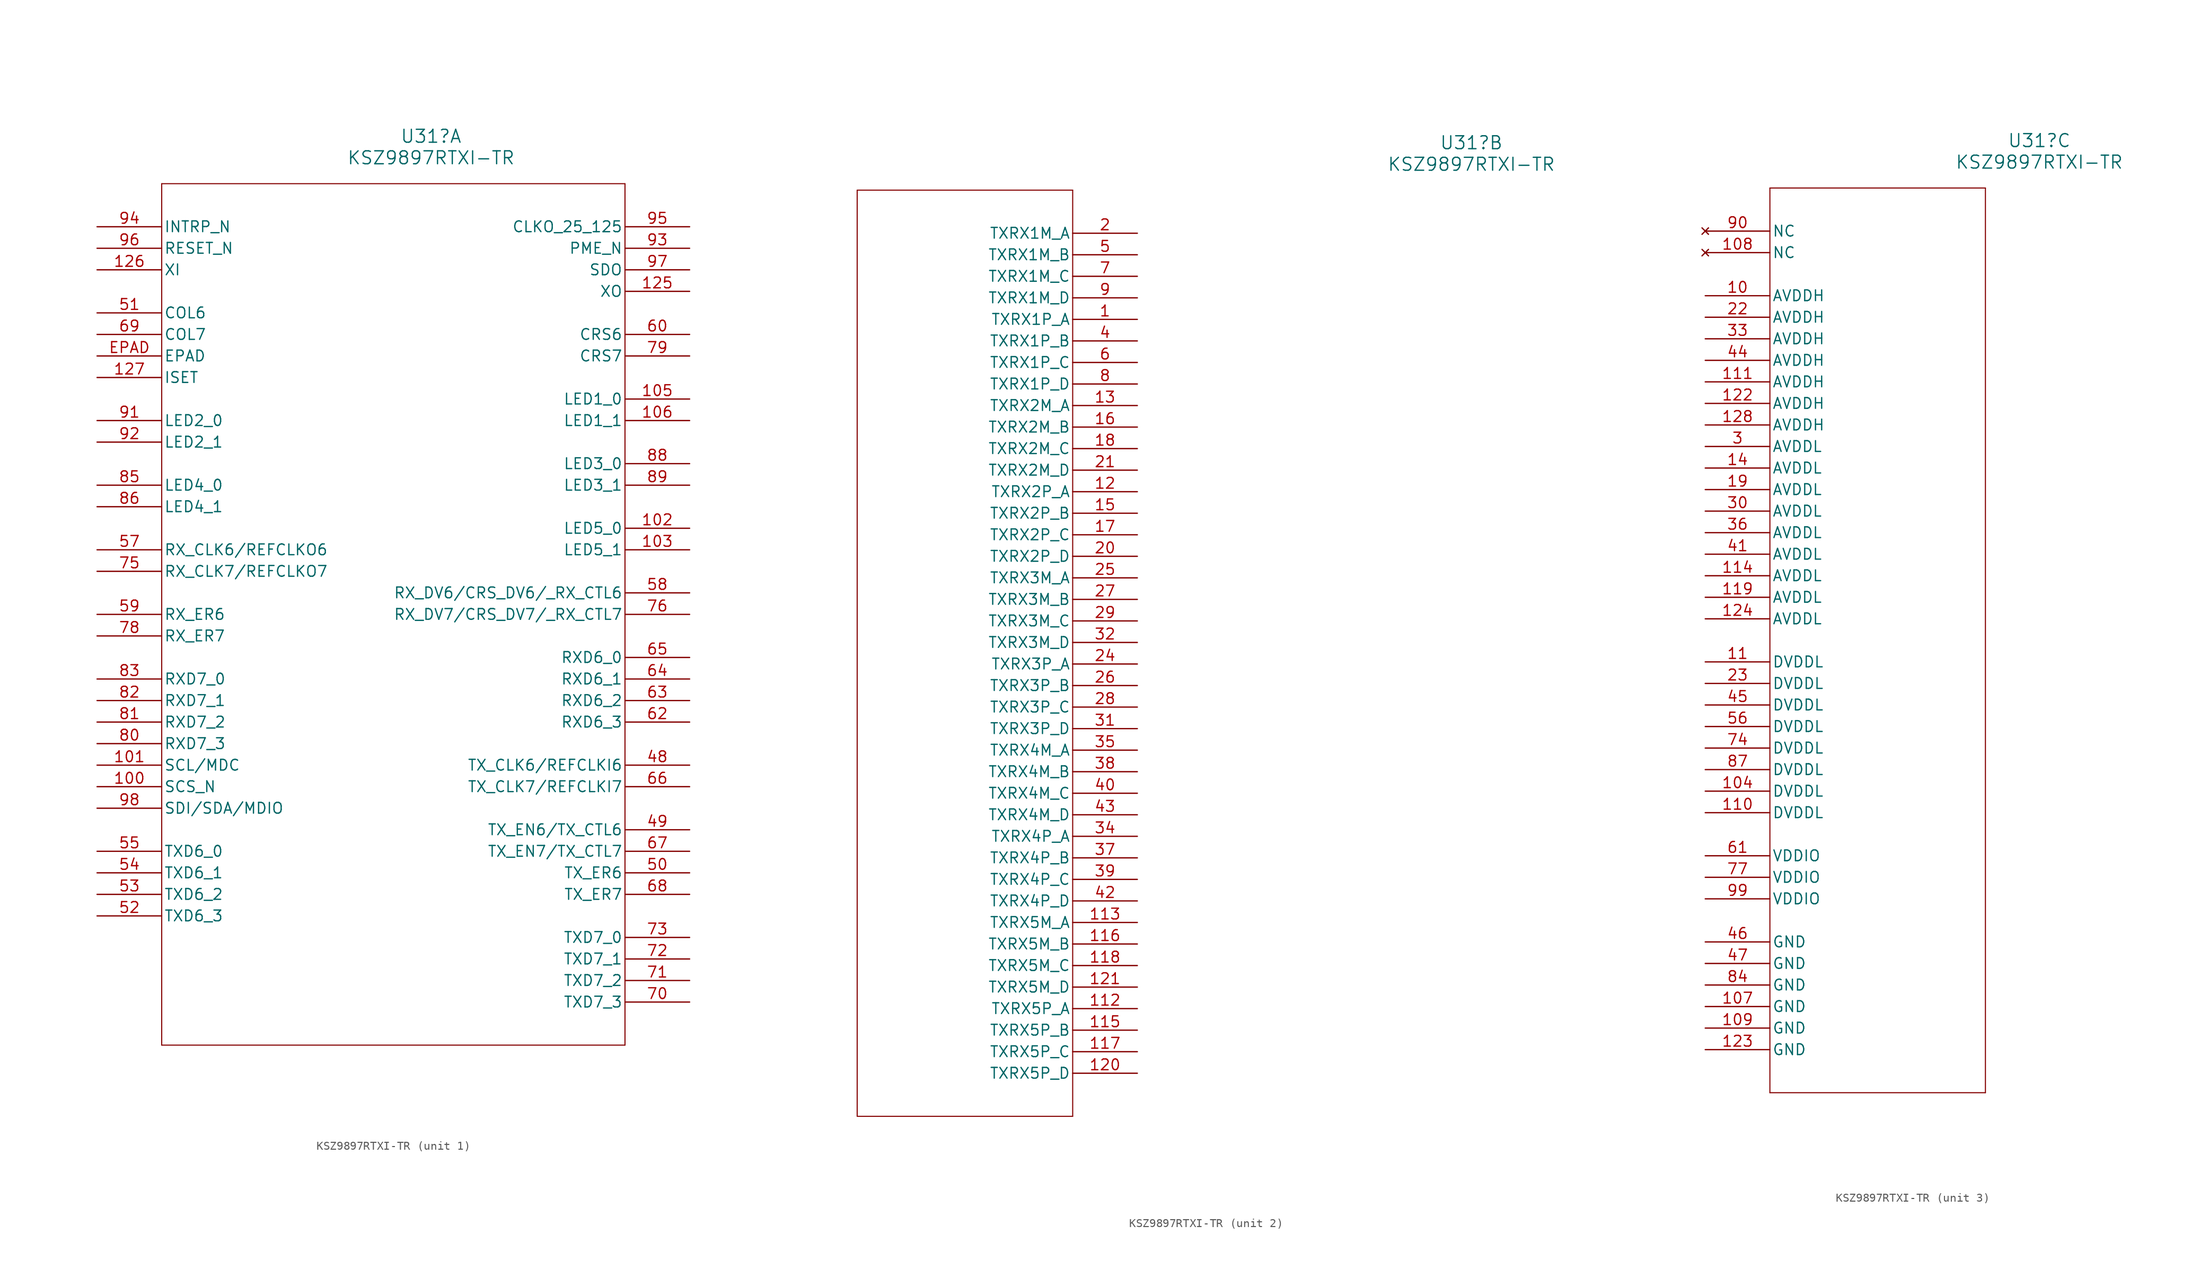
<source format=kicad_sym>
(kicad_symbol_lib
  (version 20231120)
  (generator "kicad_symbol_editor")
  (generator_version "8.0")
  (symbol "KSZ9897RTXI-TR"
    (pin_names
      (offset 0.254))
    (property "Reference" "U31"
      (at 39.37 10.668 0)
      (effects (font (size 1.524 1.524))))
    (property "Value" "KSZ9897RTXI-TR"
      (at 39.37 8.128 0)
      (effects (font (size 1.524 1.524))))
    (property "ki_locked" ""
      (at 0 0 0)
      (effects (font (size 1.27 1.27))))
    (symbol "KSZ9897RTXI-TR_1_1"
      (polyline (pts (xy 7.62 -96.52) (xy 62.23 -96.52)) (stroke (width 0.127) (type default)) (fill (type none)))
      (polyline (pts (xy 7.62 5.08) (xy 7.62 -96.52)) (stroke (width 0.127) (type default)) (fill (type none)))
      (polyline (pts (xy 62.23 -96.52) (xy 62.23 5.08)) (stroke (width 0.127) (type default)) (fill (type none)))
      (polyline (pts (xy 62.23 5.08) (xy 7.62 5.08)) (stroke (width 0.127) (type default)) (fill (type none)))
      (pin unspecified line (at 0 -66.04 0) (length 7.62) (name "SCS_N" (effects (font (size 1.27 1.27)))) (number "100" (effects (font (size 1.27 1.27)))))
      (pin unspecified line (at 0 -63.5 0) (length 7.62) (name "SCL/MDC" (effects (font (size 1.27 1.27)))) (number "101" (effects (font (size 1.27 1.27)))))
      (pin bidirectional line (at 69.85 -35.56 180) (length 7.62) (name "LED5_0" (effects (font (size 1.27 1.27)))) (number "102" (effects (font (size 1.27 1.27)))))
      (pin bidirectional line (at 69.85 -38.1 180) (length 7.62) (name "LED5_1" (effects (font (size 1.27 1.27)))) (number "103" (effects (font (size 1.27 1.27)))))
      (pin bidirectional line (at 69.85 -20.32 180) (length 7.62) (name "LED1_0" (effects (font (size 1.27 1.27)))) (number "105" (effects (font (size 1.27 1.27)))))
      (pin bidirectional line (at 69.85 -22.86 180) (length 7.62) (name "LED1_1" (effects (font (size 1.27 1.27)))) (number "106" (effects (font (size 1.27 1.27)))))
      (pin output line (at 69.85 -7.62 180) (length 7.62) (name "XO" (effects (font (size 1.27 1.27)))) (number "125" (effects (font (size 1.27 1.27)))))
      (pin input line (at 0 -5.08 0) (length 7.62) (name "XI" (effects (font (size 1.27 1.27)))) (number "126" (effects (font (size 1.27 1.27)))))
      (pin unspecified line (at 0 -17.78 0) (length 7.62) (name "ISET" (effects (font (size 1.27 1.27)))) (number "127" (effects (font (size 1.27 1.27)))))
      (pin bidirectional line (at 69.85 -63.5 180) (length 7.62) (name "TX_CLK6/REFCLKI6" (effects (font (size 1.27 1.27)))) (number "48" (effects (font (size 1.27 1.27)))))
      (pin bidirectional line (at 69.85 -71.12 180) (length 7.62) (name "TX_EN6/TX_CTL6" (effects (font (size 1.27 1.27)))) (number "49" (effects (font (size 1.27 1.27)))))
      (pin bidirectional line (at 69.85 -76.2 180) (length 7.62) (name "TX_ER6" (effects (font (size 1.27 1.27)))) (number "50" (effects (font (size 1.27 1.27)))))
      (pin bidirectional line (at 0 -10.16 0) (length 7.62) (name "COL6" (effects (font (size 1.27 1.27)))) (number "51" (effects (font (size 1.27 1.27)))))
      (pin bidirectional line (at 0 -81.28 0) (length 7.62) (name "TXD6_3" (effects (font (size 1.27 1.27)))) (number "52" (effects (font (size 1.27 1.27)))))
      (pin bidirectional line (at 0 -78.74 0) (length 7.62) (name "TXD6_2" (effects (font (size 1.27 1.27)))) (number "53" (effects (font (size 1.27 1.27)))))
      (pin bidirectional line (at 0 -76.2 0) (length 7.62) (name "TXD6_1" (effects (font (size 1.27 1.27)))) (number "54" (effects (font (size 1.27 1.27)))))
      (pin bidirectional line (at 0 -73.66 0) (length 7.62) (name "TXD6_0" (effects (font (size 1.27 1.27)))) (number "55" (effects (font (size 1.27 1.27)))))
      (pin bidirectional line (at 0 -38.1 0) (length 7.62) (name "RX_CLK6/REFCLKO6" (effects (font (size 1.27 1.27)))) (number "57" (effects (font (size 1.27 1.27)))))
      (pin bidirectional line (at 69.85 -43.18 180) (length 7.62) (name "RX_DV6/CRS_DV6/_RX_CTL6" (effects (font (size 1.27 1.27)))) (number "58" (effects (font (size 1.27 1.27)))))
      (pin bidirectional line (at 0 -45.72 0) (length 7.62) (name "RX_ER6" (effects (font (size 1.27 1.27)))) (number "59" (effects (font (size 1.27 1.27)))))
      (pin bidirectional line (at 69.85 -12.7 180) (length 7.62) (name "CRS6" (effects (font (size 1.27 1.27)))) (number "60" (effects (font (size 1.27 1.27)))))
      (pin bidirectional line (at 69.85 -58.42 180) (length 7.62) (name "RXD6_3" (effects (font (size 1.27 1.27)))) (number "62" (effects (font (size 1.27 1.27)))))
      (pin bidirectional line (at 69.85 -55.88 180) (length 7.62) (name "RXD6_2" (effects (font (size 1.27 1.27)))) (number "63" (effects (font (size 1.27 1.27)))))
      (pin bidirectional line (at 69.85 -53.34 180) (length 7.62) (name "RXD6_1" (effects (font (size 1.27 1.27)))) (number "64" (effects (font (size 1.27 1.27)))))
      (pin bidirectional line (at 69.85 -50.8 180) (length 7.62) (name "RXD6_0" (effects (font (size 1.27 1.27)))) (number "65" (effects (font (size 1.27 1.27)))))
      (pin bidirectional line (at 69.85 -66.04 180) (length 7.62) (name "TX_CLK7/REFCLKI7" (effects (font (size 1.27 1.27)))) (number "66" (effects (font (size 1.27 1.27)))))
      (pin bidirectional line (at 69.85 -73.66 180) (length 7.62) (name "TX_EN7/TX_CTL7" (effects (font (size 1.27 1.27)))) (number "67" (effects (font (size 1.27 1.27)))))
      (pin bidirectional line (at 69.85 -78.74 180) (length 7.62) (name "TX_ER7" (effects (font (size 1.27 1.27)))) (number "68" (effects (font (size 1.27 1.27)))))
      (pin bidirectional line (at 0 -12.7 0) (length 7.62) (name "COL7" (effects (font (size 1.27 1.27)))) (number "69" (effects (font (size 1.27 1.27)))))
      (pin bidirectional line (at 69.85 -91.44 180) (length 7.62) (name "TXD7_3" (effects (font (size 1.27 1.27)))) (number "70" (effects (font (size 1.27 1.27)))))
      (pin bidirectional line (at 69.85 -88.9 180) (length 7.62) (name "TXD7_2" (effects (font (size 1.27 1.27)))) (number "71" (effects (font (size 1.27 1.27)))))
      (pin bidirectional line (at 69.85 -86.36 180) (length 7.62) (name "TXD7_1" (effects (font (size 1.27 1.27)))) (number "72" (effects (font (size 1.27 1.27)))))
      (pin bidirectional line (at 69.85 -83.82 180) (length 7.62) (name "TXD7_0" (effects (font (size 1.27 1.27)))) (number "73" (effects (font (size 1.27 1.27)))))
      (pin bidirectional line (at 0 -40.64 0) (length 7.62) (name "RX_CLK7/REFCLKO7" (effects (font (size 1.27 1.27)))) (number "75" (effects (font (size 1.27 1.27)))))
      (pin bidirectional line (at 69.85 -45.72 180) (length 7.62) (name "RX_DV7/CRS_DV7/_RX_CTL7" (effects (font (size 1.27 1.27)))) (number "76" (effects (font (size 1.27 1.27)))))
      (pin bidirectional line (at 0 -48.26 0) (length 7.62) (name "RX_ER7" (effects (font (size 1.27 1.27)))) (number "78" (effects (font (size 1.27 1.27)))))
      (pin bidirectional line (at 69.85 -15.24 180) (length 7.62) (name "CRS7" (effects (font (size 1.27 1.27)))) (number "79" (effects (font (size 1.27 1.27)))))
      (pin bidirectional line (at 0 -60.96 0) (length 7.62) (name "RXD7_3" (effects (font (size 1.27 1.27)))) (number "80" (effects (font (size 1.27 1.27)))))
      (pin bidirectional line (at 0 -58.42 0) (length 7.62) (name "RXD7_2" (effects (font (size 1.27 1.27)))) (number "81" (effects (font (size 1.27 1.27)))))
      (pin bidirectional line (at 0 -55.88 0) (length 7.62) (name "RXD7_1" (effects (font (size 1.27 1.27)))) (number "82" (effects (font (size 1.27 1.27)))))
      (pin bidirectional line (at 0 -53.34 0) (length 7.62) (name "RXD7_0" (effects (font (size 1.27 1.27)))) (number "83" (effects (font (size 1.27 1.27)))))
      (pin bidirectional line (at 0 -30.48 0) (length 7.62) (name "LED4_0" (effects (font (size 1.27 1.27)))) (number "85" (effects (font (size 1.27 1.27)))))
      (pin bidirectional line (at 0 -33.02 0) (length 7.62) (name "LED4_1" (effects (font (size 1.27 1.27)))) (number "86" (effects (font (size 1.27 1.27)))))
      (pin bidirectional line (at 69.85 -27.94 180) (length 7.62) (name "LED3_0" (effects (font (size 1.27 1.27)))) (number "88" (effects (font (size 1.27 1.27)))))
      (pin bidirectional line (at 69.85 -30.48 180) (length 7.62) (name "LED3_1" (effects (font (size 1.27 1.27)))) (number "89" (effects (font (size 1.27 1.27)))))
      (pin bidirectional line (at 0 -22.86 0) (length 7.62) (name "LED2_0" (effects (font (size 1.27 1.27)))) (number "91" (effects (font (size 1.27 1.27)))))
      (pin bidirectional line (at 0 -25.4 0) (length 7.62) (name "LED2_1" (effects (font (size 1.27 1.27)))) (number "92" (effects (font (size 1.27 1.27)))))
      (pin output line (at 69.85 -2.54 180) (length 7.62) (name "PME_N" (effects (font (size 1.27 1.27)))) (number "93" (effects (font (size 1.27 1.27)))))
      (pin output line (at 0 0 0) (length 7.62) (name "INTRP_N" (effects (font (size 1.27 1.27)))) (number "94" (effects (font (size 1.27 1.27)))))
      (pin output line (at 69.85 0 180) (length 7.62) (name "CLKO_25_125" (effects (font (size 1.27 1.27)))) (number "95" (effects (font (size 1.27 1.27)))))
      (pin input line (at 0 -2.54 0) (length 7.62) (name "RESET_N" (effects (font (size 1.27 1.27)))) (number "96" (effects (font (size 1.27 1.27)))))
      (pin output line (at 69.85 -5.08 180) (length 7.62) (name "SDO" (effects (font (size 1.27 1.27)))) (number "97" (effects (font (size 1.27 1.27)))))
      (pin unspecified line (at 0 -68.58 0) (length 7.62) (name "SDI/SDA/MDIO" (effects (font (size 1.27 1.27)))) (number "98" (effects (font (size 1.27 1.27)))))
      (pin unspecified line (at 0 -15.24 0) (length 7.62) (name "EPAD" (effects (font (size 1.27 1.27)))) (number "EPAD" (effects (font (size 1.27 1.27))))))
    (symbol "KSZ9897RTXI-TR_2_1"
      (polyline (pts (xy -33.02 -104.14) (xy -7.62 -104.14)) (stroke (width 0.127) (type default)) (fill (type none)))
      (polyline (pts (xy -33.02 5.08) (xy -33.02 -104.14)) (stroke (width 0.127) (type default)) (fill (type none)))
      (polyline (pts (xy -7.62 -104.14) (xy -7.62 5.08)) (stroke (width 0.127) (type default)) (fill (type none)))
      (polyline (pts (xy -7.62 5.08) (xy -33.02 5.08)) (stroke (width 0.127) (type default)) (fill (type none)))
      (pin bidirectional line (at 0 -10.16 180) (length 7.62) (name "TXRX1P_A" (effects (font (size 1.27 1.27)))) (number "1" (effects (font (size 1.27 1.27)))))
      (pin bidirectional line (at 0 -91.44 180) (length 7.62) (name "TXRX5P_A" (effects (font (size 1.27 1.27)))) (number "112" (effects (font (size 1.27 1.27)))))
      (pin bidirectional line (at 0 -81.28 180) (length 7.62) (name "TXRX5M_A" (effects (font (size 1.27 1.27)))) (number "113" (effects (font (size 1.27 1.27)))))
      (pin bidirectional line (at 0 -93.98 180) (length 7.62) (name "TXRX5P_B" (effects (font (size 1.27 1.27)))) (number "115" (effects (font (size 1.27 1.27)))))
      (pin bidirectional line (at 0 -83.82 180) (length 7.62) (name "TXRX5M_B" (effects (font (size 1.27 1.27)))) (number "116" (effects (font (size 1.27 1.27)))))
      (pin bidirectional line (at 0 -96.52 180) (length 7.62) (name "TXRX5P_C" (effects (font (size 1.27 1.27)))) (number "117" (effects (font (size 1.27 1.27)))))
      (pin bidirectional line (at 0 -86.36 180) (length 7.62) (name "TXRX5M_C" (effects (font (size 1.27 1.27)))) (number "118" (effects (font (size 1.27 1.27)))))
      (pin bidirectional line (at 0 -30.48 180) (length 7.62) (name "TXRX2P_A" (effects (font (size 1.27 1.27)))) (number "12" (effects (font (size 1.27 1.27)))))
      (pin bidirectional line (at 0 -99.06 180) (length 7.62) (name "TXRX5P_D" (effects (font (size 1.27 1.27)))) (number "120" (effects (font (size 1.27 1.27)))))
      (pin bidirectional line (at 0 -88.9 180) (length 7.62) (name "TXRX5M_D" (effects (font (size 1.27 1.27)))) (number "121" (effects (font (size 1.27 1.27)))))
      (pin bidirectional line (at 0 -20.32 180) (length 7.62) (name "TXRX2M_A" (effects (font (size 1.27 1.27)))) (number "13" (effects (font (size 1.27 1.27)))))
      (pin bidirectional line (at 0 -33.02 180) (length 7.62) (name "TXRX2P_B" (effects (font (size 1.27 1.27)))) (number "15" (effects (font (size 1.27 1.27)))))
      (pin bidirectional line (at 0 -22.86 180) (length 7.62) (name "TXRX2M_B" (effects (font (size 1.27 1.27)))) (number "16" (effects (font (size 1.27 1.27)))))
      (pin bidirectional line (at 0 -35.56 180) (length 7.62) (name "TXRX2P_C" (effects (font (size 1.27 1.27)))) (number "17" (effects (font (size 1.27 1.27)))))
      (pin bidirectional line (at 0 -25.4 180) (length 7.62) (name "TXRX2M_C" (effects (font (size 1.27 1.27)))) (number "18" (effects (font (size 1.27 1.27)))))
      (pin bidirectional line (at 0 0 180) (length 7.62) (name "TXRX1M_A" (effects (font (size 1.27 1.27)))) (number "2" (effects (font (size 1.27 1.27)))))
      (pin bidirectional line (at 0 -38.1 180) (length 7.62) (name "TXRX2P_D" (effects (font (size 1.27 1.27)))) (number "20" (effects (font (size 1.27 1.27)))))
      (pin bidirectional line (at 0 -27.94 180) (length 7.62) (name "TXRX2M_D" (effects (font (size 1.27 1.27)))) (number "21" (effects (font (size 1.27 1.27)))))
      (pin bidirectional line (at 0 -50.8 180) (length 7.62) (name "TXRX3P_A" (effects (font (size 1.27 1.27)))) (number "24" (effects (font (size 1.27 1.27)))))
      (pin bidirectional line (at 0 -40.64 180) (length 7.62) (name "TXRX3M_A" (effects (font (size 1.27 1.27)))) (number "25" (effects (font (size 1.27 1.27)))))
      (pin bidirectional line (at 0 -53.34 180) (length 7.62) (name "TXRX3P_B" (effects (font (size 1.27 1.27)))) (number "26" (effects (font (size 1.27 1.27)))))
      (pin bidirectional line (at 0 -43.18 180) (length 7.62) (name "TXRX3M_B" (effects (font (size 1.27 1.27)))) (number "27" (effects (font (size 1.27 1.27)))))
      (pin bidirectional line (at 0 -55.88 180) (length 7.62) (name "TXRX3P_C" (effects (font (size 1.27 1.27)))) (number "28" (effects (font (size 1.27 1.27)))))
      (pin bidirectional line (at 0 -45.72 180) (length 7.62) (name "TXRX3M_C" (effects (font (size 1.27 1.27)))) (number "29" (effects (font (size 1.27 1.27)))))
      (pin bidirectional line (at 0 -58.42 180) (length 7.62) (name "TXRX3P_D" (effects (font (size 1.27 1.27)))) (number "31" (effects (font (size 1.27 1.27)))))
      (pin bidirectional line (at 0 -48.26 180) (length 7.62) (name "TXRX3M_D" (effects (font (size 1.27 1.27)))) (number "32" (effects (font (size 1.27 1.27)))))
      (pin bidirectional line (at 0 -71.12 180) (length 7.62) (name "TXRX4P_A" (effects (font (size 1.27 1.27)))) (number "34" (effects (font (size 1.27 1.27)))))
      (pin bidirectional line (at 0 -60.96 180) (length 7.62) (name "TXRX4M_A" (effects (font (size 1.27 1.27)))) (number "35" (effects (font (size 1.27 1.27)))))
      (pin bidirectional line (at 0 -73.66 180) (length 7.62) (name "TXRX4P_B" (effects (font (size 1.27 1.27)))) (number "37" (effects (font (size 1.27 1.27)))))
      (pin bidirectional line (at 0 -63.5 180) (length 7.62) (name "TXRX4M_B" (effects (font (size 1.27 1.27)))) (number "38" (effects (font (size 1.27 1.27)))))
      (pin bidirectional line (at 0 -76.2 180) (length 7.62) (name "TXRX4P_C" (effects (font (size 1.27 1.27)))) (number "39" (effects (font (size 1.27 1.27)))))
      (pin bidirectional line (at 0 -12.7 180) (length 7.62) (name "TXRX1P_B" (effects (font (size 1.27 1.27)))) (number "4" (effects (font (size 1.27 1.27)))))
      (pin bidirectional line (at 0 -66.04 180) (length 7.62) (name "TXRX4M_C" (effects (font (size 1.27 1.27)))) (number "40" (effects (font (size 1.27 1.27)))))
      (pin bidirectional line (at 0 -78.74 180) (length 7.62) (name "TXRX4P_D" (effects (font (size 1.27 1.27)))) (number "42" (effects (font (size 1.27 1.27)))))
      (pin bidirectional line (at 0 -68.58 180) (length 7.62) (name "TXRX4M_D" (effects (font (size 1.27 1.27)))) (number "43" (effects (font (size 1.27 1.27)))))
      (pin bidirectional line (at 0 -2.54 180) (length 7.62) (name "TXRX1M_B" (effects (font (size 1.27 1.27)))) (number "5" (effects (font (size 1.27 1.27)))))
      (pin bidirectional line (at 0 -15.24 180) (length 7.62) (name "TXRX1P_C" (effects (font (size 1.27 1.27)))) (number "6" (effects (font (size 1.27 1.27)))))
      (pin bidirectional line (at 0 -5.08 180) (length 7.62) (name "TXRX1M_C" (effects (font (size 1.27 1.27)))) (number "7" (effects (font (size 1.27 1.27)))))
      (pin bidirectional line (at 0 -17.78 180) (length 7.62) (name "TXRX1P_D" (effects (font (size 1.27 1.27)))) (number "8" (effects (font (size 1.27 1.27)))))
      (pin bidirectional line (at 0 -7.62 180) (length 7.62) (name "TXRX1M_D" (effects (font (size 1.27 1.27)))) (number "9" (effects (font (size 1.27 1.27))))))
    (symbol "KSZ9897RTXI-TR_3_1"
      (polyline (pts (xy 7.62 -101.6) (xy 33.02 -101.6)) (stroke (width 0.127) (type default)) (fill (type none)))
      (polyline (pts (xy 7.62 5.08) (xy 7.62 -101.6)) (stroke (width 0.127) (type default)) (fill (type none)))
      (polyline (pts (xy 33.02 -101.6) (xy 33.02 5.08)) (stroke (width 0.127) (type default)) (fill (type none)))
      (polyline (pts (xy 33.02 5.08) (xy 7.62 5.08)) (stroke (width 0.127) (type default)) (fill (type none)))
      (pin power_in line (at 0 -7.62 0) (length 7.62) (name "AVDDH" (effects (font (size 1.27 1.27)))) (number "10" (effects (font (size 1.27 1.27)))))
      (pin power_in line (at 0 -66.04 0) (length 7.62) (name "DVDDL" (effects (font (size 1.27 1.27)))) (number "104" (effects (font (size 1.27 1.27)))))
      (pin power_out line (at 0 -91.44 0) (length 7.62) (name "GND" (effects (font (size 1.27 1.27)))) (number "107" (effects (font (size 1.27 1.27)))))
      (pin no_connect line (at 0 -2.54 0) (length 7.62) (name "NC" (effects (font (size 1.27 1.27)))) (number "108" (effects (font (size 1.27 1.27)))))
      (pin power_out line (at 0 -93.98 0) (length 7.62) (name "GND" (effects (font (size 1.27 1.27)))) (number "109" (effects (font (size 1.27 1.27)))))
      (pin power_in line (at 0 -50.8 0) (length 7.62) (name "DVDDL" (effects (font (size 1.27 1.27)))) (number "11" (effects (font (size 1.27 1.27)))))
      (pin power_in line (at 0 -68.58 0) (length 7.62) (name "DVDDL" (effects (font (size 1.27 1.27)))) (number "110" (effects (font (size 1.27 1.27)))))
      (pin power_in line (at 0 -17.78 0) (length 7.62) (name "AVDDH" (effects (font (size 1.27 1.27)))) (number "111" (effects (font (size 1.27 1.27)))))
      (pin power_in line (at 0 -40.64 0) (length 7.62) (name "AVDDL" (effects (font (size 1.27 1.27)))) (number "114" (effects (font (size 1.27 1.27)))))
      (pin power_in line (at 0 -43.18 0) (length 7.62) (name "AVDDL" (effects (font (size 1.27 1.27)))) (number "119" (effects (font (size 1.27 1.27)))))
      (pin power_in line (at 0 -20.32 0) (length 7.62) (name "AVDDH" (effects (font (size 1.27 1.27)))) (number "122" (effects (font (size 1.27 1.27)))))
      (pin power_out line (at 0 -96.52 0) (length 7.62) (name "GND" (effects (font (size 1.27 1.27)))) (number "123" (effects (font (size 1.27 1.27)))))
      (pin power_in line (at 0 -45.72 0) (length 7.62) (name "AVDDL" (effects (font (size 1.27 1.27)))) (number "124" (effects (font (size 1.27 1.27)))))
      (pin power_in line (at 0 -22.86 0) (length 7.62) (name "AVDDH" (effects (font (size 1.27 1.27)))) (number "128" (effects (font (size 1.27 1.27)))))
      (pin power_in line (at 0 -27.94 0) (length 7.62) (name "AVDDL" (effects (font (size 1.27 1.27)))) (number "14" (effects (font (size 1.27 1.27)))))
      (pin power_in line (at 0 -30.48 0) (length 7.62) (name "AVDDL" (effects (font (size 1.27 1.27)))) (number "19" (effects (font (size 1.27 1.27)))))
      (pin power_in line (at 0 -10.16 0) (length 7.62) (name "AVDDH" (effects (font (size 1.27 1.27)))) (number "22" (effects (font (size 1.27 1.27)))))
      (pin power_in line (at 0 -53.34 0) (length 7.62) (name "DVDDL" (effects (font (size 1.27 1.27)))) (number "23" (effects (font (size 1.27 1.27)))))
      (pin power_in line (at 0 -25.4 0) (length 7.62) (name "AVDDL" (effects (font (size 1.27 1.27)))) (number "3" (effects (font (size 1.27 1.27)))))
      (pin power_in line (at 0 -33.02 0) (length 7.62) (name "AVDDL" (effects (font (size 1.27 1.27)))) (number "30" (effects (font (size 1.27 1.27)))))
      (pin power_in line (at 0 -12.7 0) (length 7.62) (name "AVDDH" (effects (font (size 1.27 1.27)))) (number "33" (effects (font (size 1.27 1.27)))))
      (pin power_in line (at 0 -35.56 0) (length 7.62) (name "AVDDL" (effects (font (size 1.27 1.27)))) (number "36" (effects (font (size 1.27 1.27)))))
      (pin power_in line (at 0 -38.1 0) (length 7.62) (name "AVDDL" (effects (font (size 1.27 1.27)))) (number "41" (effects (font (size 1.27 1.27)))))
      (pin power_in line (at 0 -15.24 0) (length 7.62) (name "AVDDH" (effects (font (size 1.27 1.27)))) (number "44" (effects (font (size 1.27 1.27)))))
      (pin power_in line (at 0 -55.88 0) (length 7.62) (name "DVDDL" (effects (font (size 1.27 1.27)))) (number "45" (effects (font (size 1.27 1.27)))))
      (pin power_out line (at 0 -83.82 0) (length 7.62) (name "GND" (effects (font (size 1.27 1.27)))) (number "46" (effects (font (size 1.27 1.27)))))
      (pin power_out line (at 0 -86.36 0) (length 7.62) (name "GND" (effects (font (size 1.27 1.27)))) (number "47" (effects (font (size 1.27 1.27)))))
      (pin power_in line (at 0 -58.42 0) (length 7.62) (name "DVDDL" (effects (font (size 1.27 1.27)))) (number "56" (effects (font (size 1.27 1.27)))))
      (pin power_in line (at 0 -73.66 0) (length 7.62) (name "VDDIO" (effects (font (size 1.27 1.27)))) (number "61" (effects (font (size 1.27 1.27)))))
      (pin power_in line (at 0 -60.96 0) (length 7.62) (name "DVDDL" (effects (font (size 1.27 1.27)))) (number "74" (effects (font (size 1.27 1.27)))))
      (pin power_in line (at 0 -76.2 0) (length 7.62) (name "VDDIO" (effects (font (size 1.27 1.27)))) (number "77" (effects (font (size 1.27 1.27)))))
      (pin power_out line (at 0 -88.9 0) (length 7.62) (name "GND" (effects (font (size 1.27 1.27)))) (number "84" (effects (font (size 1.27 1.27)))))
      (pin power_in line (at 0 -63.5 0) (length 7.62) (name "DVDDL" (effects (font (size 1.27 1.27)))) (number "87" (effects (font (size 1.27 1.27)))))
      (pin no_connect line (at 0 0 0) (length 7.62) (name "NC" (effects (font (size 1.27 1.27)))) (number "90" (effects (font (size 1.27 1.27)))))
      (pin power_in line (at 0 -78.74 0) (length 7.62) (name "VDDIO" (effects (font (size 1.27 1.27)))) (number "99" (effects (font (size 1.27 1.27))))))))
</source>
